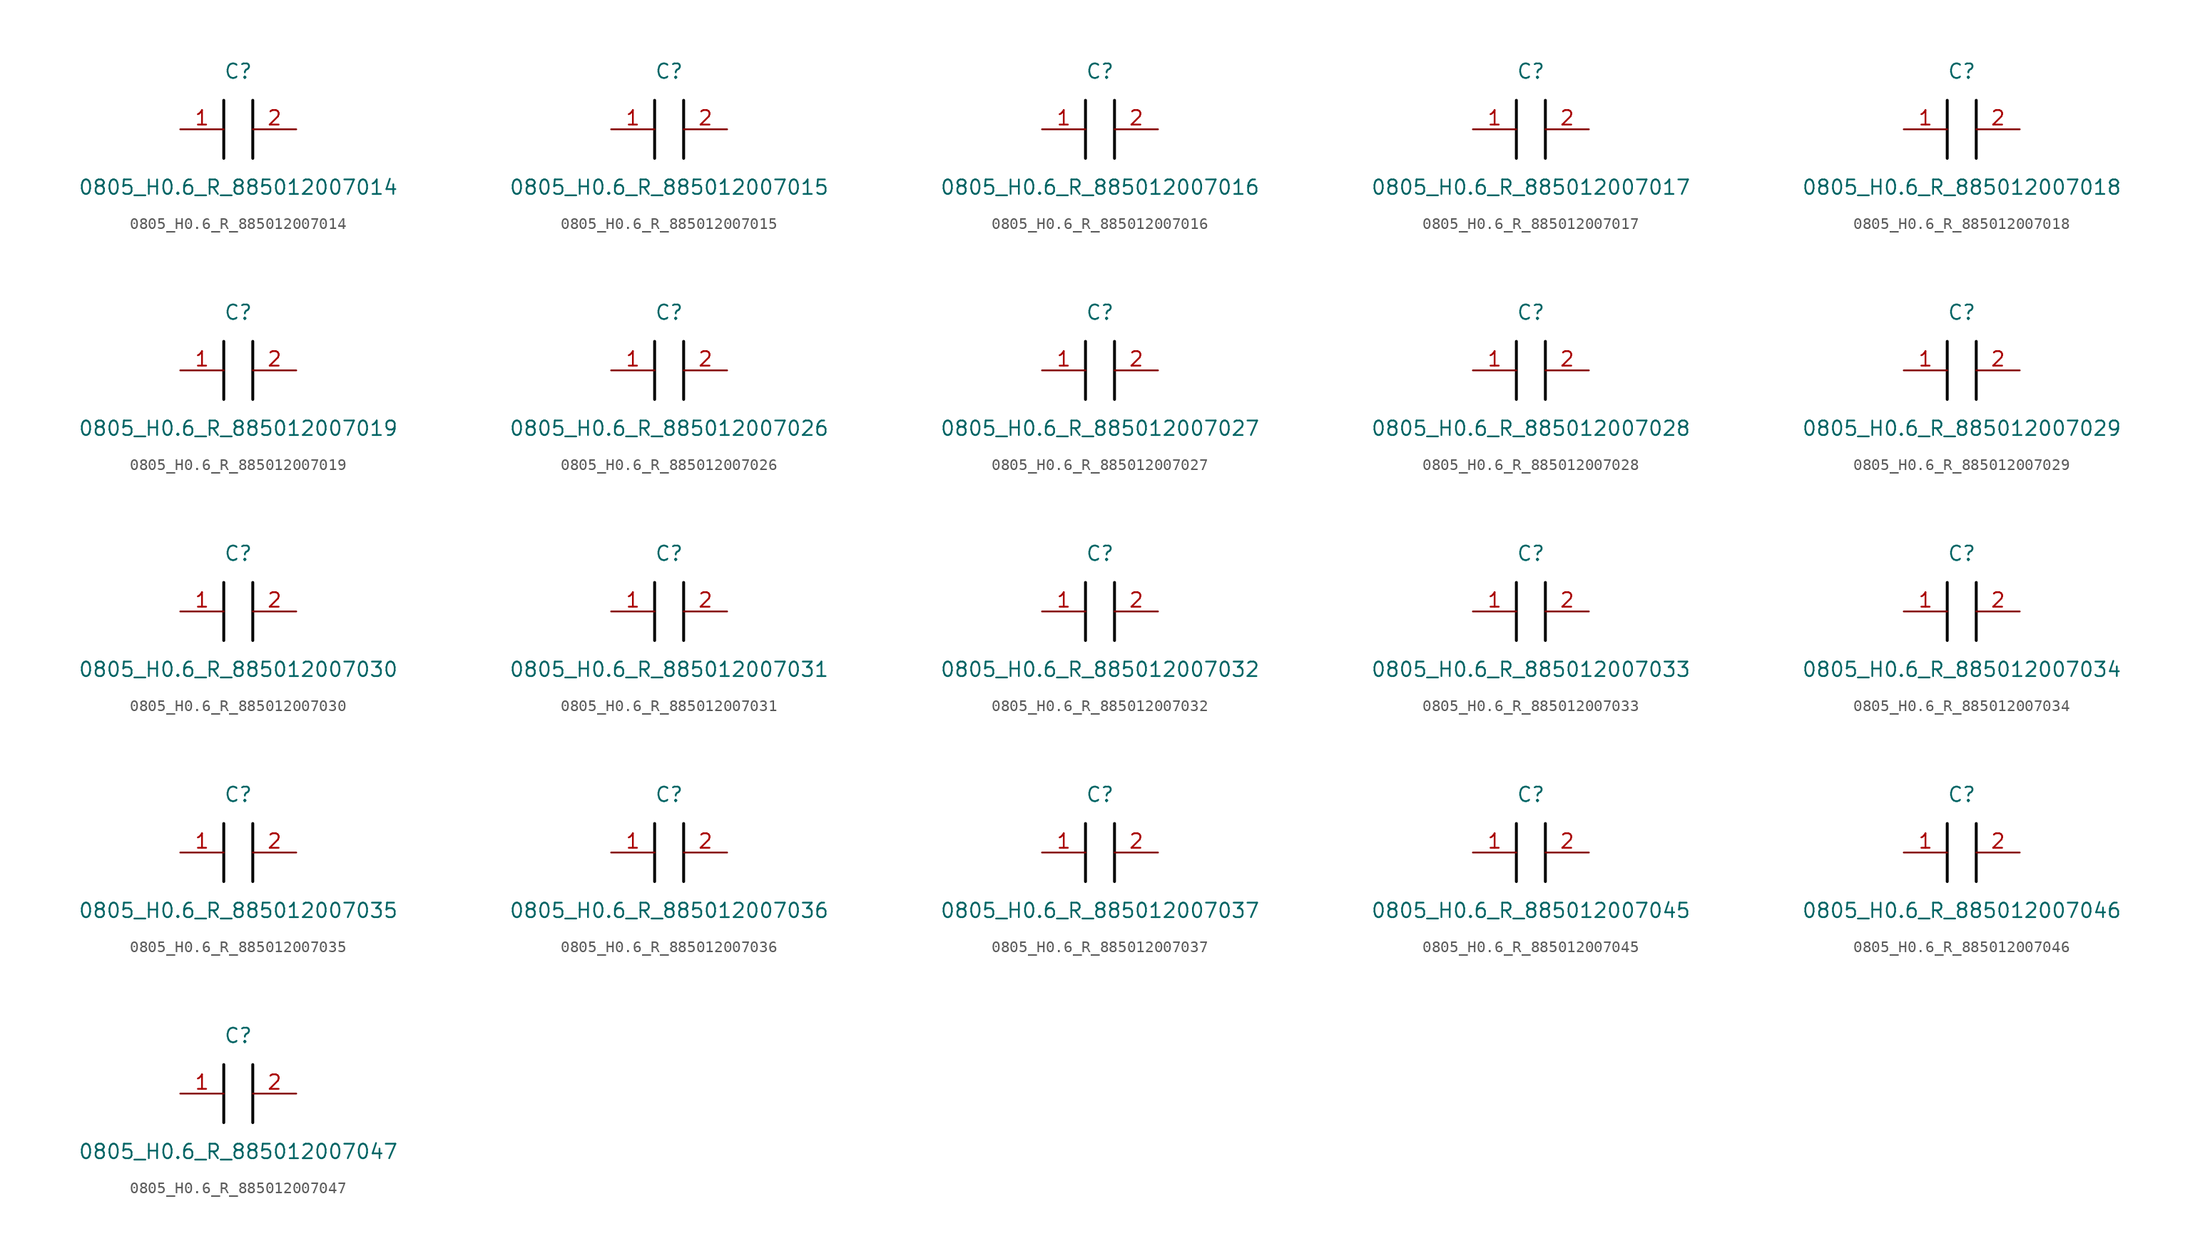
<source format=kicad_sym>
(kicad_symbol_lib
  (version 20220914)
  (generator kicad_symbol_editor)
  (symbol "0805_H0.6_R_885012007014"
    (pin_names hide)
    (property "Reference" "C"
      (at 0 5.08 0)
      (effects (font (size 1.27 1.27))))
    (property "Value" "0805_H0.6_R_885012007014"
      (at 0 -5.08 0)
      (effects (font (size 1.27 1.27))))
    (symbol "0805_H0.6_R_885012007014_1_1"
      (polyline (pts (xy -1.27 2.54) (xy -1.27 -2.54)) (stroke (width 0.254) (type default) (color 0 0 0 1)) (fill (type none)))
      (polyline (pts (xy 1.27 2.54) (xy 1.27 -2.54)) (stroke (width 0.254) (type default) (color 0 0 0 1)) (fill (type none)))
      (pin passive line (at -5.08 0 0) (length 3.81) (name "1" (effects (font (size 1.27 1.27)))) (number "1" (effects (font (size 1.27 1.27)))))
      (pin passive line (at 5.08 0 180) (length 3.81) (name "2" (effects (font (size 1.27 1.27)))) (number "2" (effects (font (size 1.27 1.27)))))))
  (symbol "0805_H0.6_R_885012007015"
    (pin_names hide)
    (property "Reference" "C"
      (at 0 5.08 0)
      (effects (font (size 1.27 1.27))))
    (property "Value" "0805_H0.6_R_885012007015"
      (at 0 -5.08 0)
      (effects (font (size 1.27 1.27))))
    (symbol "0805_H0.6_R_885012007015_1_1"
      (polyline (pts (xy -1.27 2.54) (xy -1.27 -2.54)) (stroke (width 0.254) (type default) (color 0 0 0 1)) (fill (type none)))
      (polyline (pts (xy 1.27 2.54) (xy 1.27 -2.54)) (stroke (width 0.254) (type default) (color 0 0 0 1)) (fill (type none)))
      (pin passive line (at -5.08 0 0) (length 3.81) (name "1" (effects (font (size 1.27 1.27)))) (number "1" (effects (font (size 1.27 1.27)))))
      (pin passive line (at 5.08 0 180) (length 3.81) (name "2" (effects (font (size 1.27 1.27)))) (number "2" (effects (font (size 1.27 1.27)))))))
  (symbol "0805_H0.6_R_885012007016"
    (pin_names hide)
    (property "Reference" "C"
      (at 0 5.08 0)
      (effects (font (size 1.27 1.27))))
    (property "Value" "0805_H0.6_R_885012007016"
      (at 0 -5.08 0)
      (effects (font (size 1.27 1.27))))
    (symbol "0805_H0.6_R_885012007016_1_1"
      (polyline (pts (xy -1.27 2.54) (xy -1.27 -2.54)) (stroke (width 0.254) (type default) (color 0 0 0 1)) (fill (type none)))
      (polyline (pts (xy 1.27 2.54) (xy 1.27 -2.54)) (stroke (width 0.254) (type default) (color 0 0 0 1)) (fill (type none)))
      (pin passive line (at -5.08 0 0) (length 3.81) (name "1" (effects (font (size 1.27 1.27)))) (number "1" (effects (font (size 1.27 1.27)))))
      (pin passive line (at 5.08 0 180) (length 3.81) (name "2" (effects (font (size 1.27 1.27)))) (number "2" (effects (font (size 1.27 1.27)))))))
  (symbol "0805_H0.6_R_885012007017"
    (pin_names hide)
    (property "Reference" "C"
      (at 0 5.08 0)
      (effects (font (size 1.27 1.27))))
    (property "Value" "0805_H0.6_R_885012007017"
      (at 0 -5.08 0)
      (effects (font (size 1.27 1.27))))
    (symbol "0805_H0.6_R_885012007017_1_1"
      (polyline (pts (xy -1.27 2.54) (xy -1.27 -2.54)) (stroke (width 0.254) (type default) (color 0 0 0 1)) (fill (type none)))
      (polyline (pts (xy 1.27 2.54) (xy 1.27 -2.54)) (stroke (width 0.254) (type default) (color 0 0 0 1)) (fill (type none)))
      (pin passive line (at -5.08 0 0) (length 3.81) (name "1" (effects (font (size 1.27 1.27)))) (number "1" (effects (font (size 1.27 1.27)))))
      (pin passive line (at 5.08 0 180) (length 3.81) (name "2" (effects (font (size 1.27 1.27)))) (number "2" (effects (font (size 1.27 1.27)))))))
  (symbol "0805_H0.6_R_885012007018"
    (pin_names hide)
    (property "Reference" "C"
      (at 0 5.08 0)
      (effects (font (size 1.27 1.27))))
    (property "Value" "0805_H0.6_R_885012007018"
      (at 0 -5.08 0)
      (effects (font (size 1.27 1.27))))
    (symbol "0805_H0.6_R_885012007018_1_1"
      (polyline (pts (xy -1.27 2.54) (xy -1.27 -2.54)) (stroke (width 0.254) (type default) (color 0 0 0 1)) (fill (type none)))
      (polyline (pts (xy 1.27 2.54) (xy 1.27 -2.54)) (stroke (width 0.254) (type default) (color 0 0 0 1)) (fill (type none)))
      (pin passive line (at -5.08 0 0) (length 3.81) (name "1" (effects (font (size 1.27 1.27)))) (number "1" (effects (font (size 1.27 1.27)))))
      (pin passive line (at 5.08 0 180) (length 3.81) (name "2" (effects (font (size 1.27 1.27)))) (number "2" (effects (font (size 1.27 1.27)))))))
  (symbol "0805_H0.6_R_885012007019"
    (pin_names hide)
    (property "Reference" "C"
      (at 0 5.08 0)
      (effects (font (size 1.27 1.27))))
    (property "Value" "0805_H0.6_R_885012007019"
      (at 0 -5.08 0)
      (effects (font (size 1.27 1.27))))
    (symbol "0805_H0.6_R_885012007019_1_1"
      (polyline (pts (xy -1.27 2.54) (xy -1.27 -2.54)) (stroke (width 0.254) (type default) (color 0 0 0 1)) (fill (type none)))
      (polyline (pts (xy 1.27 2.54) (xy 1.27 -2.54)) (stroke (width 0.254) (type default) (color 0 0 0 1)) (fill (type none)))
      (pin passive line (at -5.08 0 0) (length 3.81) (name "1" (effects (font (size 1.27 1.27)))) (number "1" (effects (font (size 1.27 1.27)))))
      (pin passive line (at 5.08 0 180) (length 3.81) (name "2" (effects (font (size 1.27 1.27)))) (number "2" (effects (font (size 1.27 1.27)))))))
  (symbol "0805_H0.6_R_885012007026"
    (pin_names hide)
    (property "Reference" "C"
      (at 0 5.08 0)
      (effects (font (size 1.27 1.27))))
    (property "Value" "0805_H0.6_R_885012007026"
      (at 0 -5.08 0)
      (effects (font (size 1.27 1.27))))
    (symbol "0805_H0.6_R_885012007026_1_1"
      (polyline (pts (xy -1.27 2.54) (xy -1.27 -2.54)) (stroke (width 0.254) (type default) (color 0 0 0 1)) (fill (type none)))
      (polyline (pts (xy 1.27 2.54) (xy 1.27 -2.54)) (stroke (width 0.254) (type default) (color 0 0 0 1)) (fill (type none)))
      (pin passive line (at -5.08 0 0) (length 3.81) (name "1" (effects (font (size 1.27 1.27)))) (number "1" (effects (font (size 1.27 1.27)))))
      (pin passive line (at 5.08 0 180) (length 3.81) (name "2" (effects (font (size 1.27 1.27)))) (number "2" (effects (font (size 1.27 1.27)))))))
  (symbol "0805_H0.6_R_885012007027"
    (pin_names hide)
    (property "Reference" "C"
      (at 0 5.08 0)
      (effects (font (size 1.27 1.27))))
    (property "Value" "0805_H0.6_R_885012007027"
      (at 0 -5.08 0)
      (effects (font (size 1.27 1.27))))
    (symbol "0805_H0.6_R_885012007027_1_1"
      (polyline (pts (xy -1.27 2.54) (xy -1.27 -2.54)) (stroke (width 0.254) (type default) (color 0 0 0 1)) (fill (type none)))
      (polyline (pts (xy 1.27 2.54) (xy 1.27 -2.54)) (stroke (width 0.254) (type default) (color 0 0 0 1)) (fill (type none)))
      (pin passive line (at -5.08 0 0) (length 3.81) (name "1" (effects (font (size 1.27 1.27)))) (number "1" (effects (font (size 1.27 1.27)))))
      (pin passive line (at 5.08 0 180) (length 3.81) (name "2" (effects (font (size 1.27 1.27)))) (number "2" (effects (font (size 1.27 1.27)))))))
  (symbol "0805_H0.6_R_885012007028"
    (pin_names hide)
    (property "Reference" "C"
      (at 0 5.08 0)
      (effects (font (size 1.27 1.27))))
    (property "Value" "0805_H0.6_R_885012007028"
      (at 0 -5.08 0)
      (effects (font (size 1.27 1.27))))
    (symbol "0805_H0.6_R_885012007028_1_1"
      (polyline (pts (xy -1.27 2.54) (xy -1.27 -2.54)) (stroke (width 0.254) (type default) (color 0 0 0 1)) (fill (type none)))
      (polyline (pts (xy 1.27 2.54) (xy 1.27 -2.54)) (stroke (width 0.254) (type default) (color 0 0 0 1)) (fill (type none)))
      (pin passive line (at -5.08 0 0) (length 3.81) (name "1" (effects (font (size 1.27 1.27)))) (number "1" (effects (font (size 1.27 1.27)))))
      (pin passive line (at 5.08 0 180) (length 3.81) (name "2" (effects (font (size 1.27 1.27)))) (number "2" (effects (font (size 1.27 1.27)))))))
  (symbol "0805_H0.6_R_885012007029"
    (pin_names hide)
    (property "Reference" "C"
      (at 0 5.08 0)
      (effects (font (size 1.27 1.27))))
    (property "Value" "0805_H0.6_R_885012007029"
      (at 0 -5.08 0)
      (effects (font (size 1.27 1.27))))
    (symbol "0805_H0.6_R_885012007029_1_1"
      (polyline (pts (xy -1.27 2.54) (xy -1.27 -2.54)) (stroke (width 0.254) (type default) (color 0 0 0 1)) (fill (type none)))
      (polyline (pts (xy 1.27 2.54) (xy 1.27 -2.54)) (stroke (width 0.254) (type default) (color 0 0 0 1)) (fill (type none)))
      (pin passive line (at -5.08 0 0) (length 3.81) (name "1" (effects (font (size 1.27 1.27)))) (number "1" (effects (font (size 1.27 1.27)))))
      (pin passive line (at 5.08 0 180) (length 3.81) (name "2" (effects (font (size 1.27 1.27)))) (number "2" (effects (font (size 1.27 1.27)))))))
  (symbol "0805_H0.6_R_885012007030"
    (pin_names hide)
    (property "Reference" "C"
      (at 0 5.08 0)
      (effects (font (size 1.27 1.27))))
    (property "Value" "0805_H0.6_R_885012007030"
      (at 0 -5.08 0)
      (effects (font (size 1.27 1.27))))
    (symbol "0805_H0.6_R_885012007030_1_1"
      (polyline (pts (xy -1.27 2.54) (xy -1.27 -2.54)) (stroke (width 0.254) (type default) (color 0 0 0 1)) (fill (type none)))
      (polyline (pts (xy 1.27 2.54) (xy 1.27 -2.54)) (stroke (width 0.254) (type default) (color 0 0 0 1)) (fill (type none)))
      (pin passive line (at -5.08 0 0) (length 3.81) (name "1" (effects (font (size 1.27 1.27)))) (number "1" (effects (font (size 1.27 1.27)))))
      (pin passive line (at 5.08 0 180) (length 3.81) (name "2" (effects (font (size 1.27 1.27)))) (number "2" (effects (font (size 1.27 1.27)))))))
  (symbol "0805_H0.6_R_885012007031"
    (pin_names hide)
    (property "Reference" "C"
      (at 0 5.08 0)
      (effects (font (size 1.27 1.27))))
    (property "Value" "0805_H0.6_R_885012007031"
      (at 0 -5.08 0)
      (effects (font (size 1.27 1.27))))
    (symbol "0805_H0.6_R_885012007031_1_1"
      (polyline (pts (xy -1.27 2.54) (xy -1.27 -2.54)) (stroke (width 0.254) (type default) (color 0 0 0 1)) (fill (type none)))
      (polyline (pts (xy 1.27 2.54) (xy 1.27 -2.54)) (stroke (width 0.254) (type default) (color 0 0 0 1)) (fill (type none)))
      (pin passive line (at -5.08 0 0) (length 3.81) (name "1" (effects (font (size 1.27 1.27)))) (number "1" (effects (font (size 1.27 1.27)))))
      (pin passive line (at 5.08 0 180) (length 3.81) (name "2" (effects (font (size 1.27 1.27)))) (number "2" (effects (font (size 1.27 1.27)))))))
  (symbol "0805_H0.6_R_885012007032"
    (pin_names hide)
    (property "Reference" "C"
      (at 0 5.08 0)
      (effects (font (size 1.27 1.27))))
    (property "Value" "0805_H0.6_R_885012007032"
      (at 0 -5.08 0)
      (effects (font (size 1.27 1.27))))
    (symbol "0805_H0.6_R_885012007032_1_1"
      (polyline (pts (xy -1.27 2.54) (xy -1.27 -2.54)) (stroke (width 0.254) (type default) (color 0 0 0 1)) (fill (type none)))
      (polyline (pts (xy 1.27 2.54) (xy 1.27 -2.54)) (stroke (width 0.254) (type default) (color 0 0 0 1)) (fill (type none)))
      (pin passive line (at -5.08 0 0) (length 3.81) (name "1" (effects (font (size 1.27 1.27)))) (number "1" (effects (font (size 1.27 1.27)))))
      (pin passive line (at 5.08 0 180) (length 3.81) (name "2" (effects (font (size 1.27 1.27)))) (number "2" (effects (font (size 1.27 1.27)))))))
  (symbol "0805_H0.6_R_885012007033"
    (pin_names hide)
    (property "Reference" "C"
      (at 0 5.08 0)
      (effects (font (size 1.27 1.27))))
    (property "Value" "0805_H0.6_R_885012007033"
      (at 0 -5.08 0)
      (effects (font (size 1.27 1.27))))
    (symbol "0805_H0.6_R_885012007033_1_1"
      (polyline (pts (xy -1.27 2.54) (xy -1.27 -2.54)) (stroke (width 0.254) (type default) (color 0 0 0 1)) (fill (type none)))
      (polyline (pts (xy 1.27 2.54) (xy 1.27 -2.54)) (stroke (width 0.254) (type default) (color 0 0 0 1)) (fill (type none)))
      (pin passive line (at -5.08 0 0) (length 3.81) (name "1" (effects (font (size 1.27 1.27)))) (number "1" (effects (font (size 1.27 1.27)))))
      (pin passive line (at 5.08 0 180) (length 3.81) (name "2" (effects (font (size 1.27 1.27)))) (number "2" (effects (font (size 1.27 1.27)))))))
  (symbol "0805_H0.6_R_885012007034"
    (pin_names hide)
    (property "Reference" "C"
      (at 0 5.08 0)
      (effects (font (size 1.27 1.27))))
    (property "Value" "0805_H0.6_R_885012007034"
      (at 0 -5.08 0)
      (effects (font (size 1.27 1.27))))
    (symbol "0805_H0.6_R_885012007034_1_1"
      (polyline (pts (xy -1.27 2.54) (xy -1.27 -2.54)) (stroke (width 0.254) (type default) (color 0 0 0 1)) (fill (type none)))
      (polyline (pts (xy 1.27 2.54) (xy 1.27 -2.54)) (stroke (width 0.254) (type default) (color 0 0 0 1)) (fill (type none)))
      (pin passive line (at -5.08 0 0) (length 3.81) (name "1" (effects (font (size 1.27 1.27)))) (number "1" (effects (font (size 1.27 1.27)))))
      (pin passive line (at 5.08 0 180) (length 3.81) (name "2" (effects (font (size 1.27 1.27)))) (number "2" (effects (font (size 1.27 1.27)))))))
  (symbol "0805_H0.6_R_885012007035"
    (pin_names hide)
    (property "Reference" "C"
      (at 0 5.08 0)
      (effects (font (size 1.27 1.27))))
    (property "Value" "0805_H0.6_R_885012007035"
      (at 0 -5.08 0)
      (effects (font (size 1.27 1.27))))
    (symbol "0805_H0.6_R_885012007035_1_1"
      (polyline (pts (xy -1.27 2.54) (xy -1.27 -2.54)) (stroke (width 0.254) (type default) (color 0 0 0 1)) (fill (type none)))
      (polyline (pts (xy 1.27 2.54) (xy 1.27 -2.54)) (stroke (width 0.254) (type default) (color 0 0 0 1)) (fill (type none)))
      (pin passive line (at -5.08 0 0) (length 3.81) (name "1" (effects (font (size 1.27 1.27)))) (number "1" (effects (font (size 1.27 1.27)))))
      (pin passive line (at 5.08 0 180) (length 3.81) (name "2" (effects (font (size 1.27 1.27)))) (number "2" (effects (font (size 1.27 1.27)))))))
  (symbol "0805_H0.6_R_885012007036"
    (pin_names hide)
    (property "Reference" "C"
      (at 0 5.08 0)
      (effects (font (size 1.27 1.27))))
    (property "Value" "0805_H0.6_R_885012007036"
      (at 0 -5.08 0)
      (effects (font (size 1.27 1.27))))
    (symbol "0805_H0.6_R_885012007036_1_1"
      (polyline (pts (xy -1.27 2.54) (xy -1.27 -2.54)) (stroke (width 0.254) (type default) (color 0 0 0 1)) (fill (type none)))
      (polyline (pts (xy 1.27 2.54) (xy 1.27 -2.54)) (stroke (width 0.254) (type default) (color 0 0 0 1)) (fill (type none)))
      (pin passive line (at -5.08 0 0) (length 3.81) (name "1" (effects (font (size 1.27 1.27)))) (number "1" (effects (font (size 1.27 1.27)))))
      (pin passive line (at 5.08 0 180) (length 3.81) (name "2" (effects (font (size 1.27 1.27)))) (number "2" (effects (font (size 1.27 1.27)))))))
  (symbol "0805_H0.6_R_885012007037"
    (pin_names hide)
    (property "Reference" "C"
      (at 0 5.08 0)
      (effects (font (size 1.27 1.27))))
    (property "Value" "0805_H0.6_R_885012007037"
      (at 0 -5.08 0)
      (effects (font (size 1.27 1.27))))
    (symbol "0805_H0.6_R_885012007037_1_1"
      (polyline (pts (xy -1.27 2.54) (xy -1.27 -2.54)) (stroke (width 0.254) (type default) (color 0 0 0 1)) (fill (type none)))
      (polyline (pts (xy 1.27 2.54) (xy 1.27 -2.54)) (stroke (width 0.254) (type default) (color 0 0 0 1)) (fill (type none)))
      (pin passive line (at -5.08 0 0) (length 3.81) (name "1" (effects (font (size 1.27 1.27)))) (number "1" (effects (font (size 1.27 1.27)))))
      (pin passive line (at 5.08 0 180) (length 3.81) (name "2" (effects (font (size 1.27 1.27)))) (number "2" (effects (font (size 1.27 1.27)))))))
  (symbol "0805_H0.6_R_885012007045"
    (pin_names hide)
    (property "Reference" "C"
      (at 0 5.08 0)
      (effects (font (size 1.27 1.27))))
    (property "Value" "0805_H0.6_R_885012007045"
      (at 0 -5.08 0)
      (effects (font (size 1.27 1.27))))
    (symbol "0805_H0.6_R_885012007045_1_1"
      (polyline (pts (xy -1.27 2.54) (xy -1.27 -2.54)) (stroke (width 0.254) (type default) (color 0 0 0 1)) (fill (type none)))
      (polyline (pts (xy 1.27 2.54) (xy 1.27 -2.54)) (stroke (width 0.254) (type default) (color 0 0 0 1)) (fill (type none)))
      (pin passive line (at -5.08 0 0) (length 3.81) (name "1" (effects (font (size 1.27 1.27)))) (number "1" (effects (font (size 1.27 1.27)))))
      (pin passive line (at 5.08 0 180) (length 3.81) (name "2" (effects (font (size 1.27 1.27)))) (number "2" (effects (font (size 1.27 1.27)))))))
  (symbol "0805_H0.6_R_885012007046"
    (pin_names hide)
    (property "Reference" "C"
      (at 0 5.08 0)
      (effects (font (size 1.27 1.27))))
    (property "Value" "0805_H0.6_R_885012007046"
      (at 0 -5.08 0)
      (effects (font (size 1.27 1.27))))
    (symbol "0805_H0.6_R_885012007046_1_1"
      (polyline (pts (xy -1.27 2.54) (xy -1.27 -2.54)) (stroke (width 0.254) (type default) (color 0 0 0 1)) (fill (type none)))
      (polyline (pts (xy 1.27 2.54) (xy 1.27 -2.54)) (stroke (width 0.254) (type default) (color 0 0 0 1)) (fill (type none)))
      (pin passive line (at -5.08 0 0) (length 3.81) (name "1" (effects (font (size 1.27 1.27)))) (number "1" (effects (font (size 1.27 1.27)))))
      (pin passive line (at 5.08 0 180) (length 3.81) (name "2" (effects (font (size 1.27 1.27)))) (number "2" (effects (font (size 1.27 1.27)))))))
  (symbol "0805_H0.6_R_885012007047"
    (pin_names hide)
    (property "Reference" "C"
      (at 0 5.08 0)
      (effects (font (size 1.27 1.27))))
    (property "Value" "0805_H0.6_R_885012007047"
      (at 0 -5.08 0)
      (effects (font (size 1.27 1.27))))
    (symbol "0805_H0.6_R_885012007047_1_1"
      (polyline (pts (xy -1.27 2.54) (xy -1.27 -2.54)) (stroke (width 0.254) (type default) (color 0 0 0 1)) (fill (type none)))
      (polyline (pts (xy 1.27 2.54) (xy 1.27 -2.54)) (stroke (width 0.254) (type default) (color 0 0 0 1)) (fill (type none)))
      (pin passive line (at -5.08 0 0) (length 3.81) (name "1" (effects (font (size 1.27 1.27)))) (number "1" (effects (font (size 1.27 1.27)))))
      (pin passive line (at 5.08 0 180) (length 3.81) (name "2" (effects (font (size 1.27 1.27)))) (number "2" (effects (font (size 1.27 1.27))))))))
</source>
